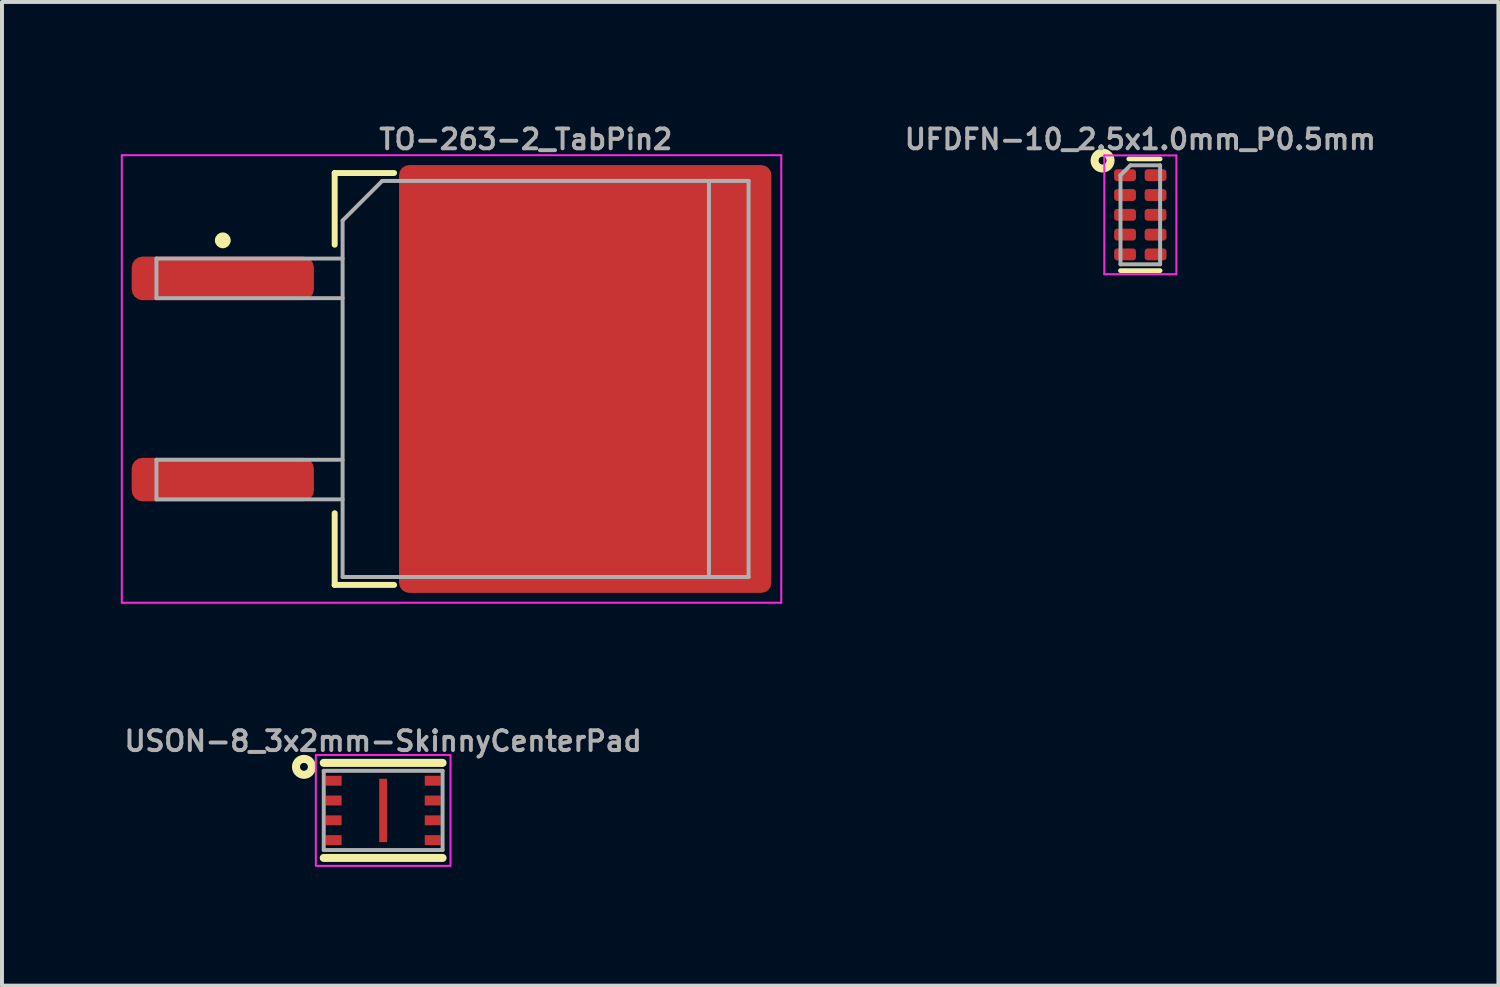
<source format=kicad_pcb>
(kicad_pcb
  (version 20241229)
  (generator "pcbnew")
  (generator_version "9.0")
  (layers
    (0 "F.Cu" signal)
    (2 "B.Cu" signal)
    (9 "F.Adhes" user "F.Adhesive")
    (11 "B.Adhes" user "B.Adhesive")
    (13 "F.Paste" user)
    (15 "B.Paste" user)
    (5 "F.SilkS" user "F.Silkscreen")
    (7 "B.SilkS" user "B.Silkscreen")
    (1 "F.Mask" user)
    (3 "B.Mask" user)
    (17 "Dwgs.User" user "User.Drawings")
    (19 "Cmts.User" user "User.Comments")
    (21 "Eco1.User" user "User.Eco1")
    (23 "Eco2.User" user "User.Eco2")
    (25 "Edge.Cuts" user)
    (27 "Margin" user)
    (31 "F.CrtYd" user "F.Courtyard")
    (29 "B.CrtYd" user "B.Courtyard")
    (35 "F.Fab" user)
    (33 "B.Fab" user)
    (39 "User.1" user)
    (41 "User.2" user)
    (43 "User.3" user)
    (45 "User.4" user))
  (footprint "USON-8_3x2mm-SkinnyCenterPad"
    (layer "F.Cu")
    (at 6.624 17.411)
    (property "Reference" "USON-8_3x2mm-SkinnyCenterPad" (at 0 -1.75 0) (layer "F.Fab") (effects (font (size 0.5 0.5) (thickness 0.1))))
    (attr smd)
    (fp_line (start -1.5 1.2) (end 1.5 1.2) (stroke (width 0.203) (type solid)) (layer "F.SilkS"))
    (fp_line (start 1.5 -1.2) (end -1.5 -1.2) (stroke (width 0.203) (type solid)) (layer "F.SilkS"))
    (fp_circle (center -2 -1.1) (end -1.9 -1.1) (stroke (width 0.203) (type solid)) (fill no) (layer "F.SilkS"))
    (fp_poly (pts (xy -1.4 -0.65) (xy -1.1 -0.65) (xy -1.1 -0.85) (xy -1.4 -0.85)) (stroke (width 0) (type default)) (fill yes) (layer "F.Paste"))
    (fp_poly (pts (xy -1.4 -0.15) (xy -1.1 -0.15) (xy -1.1 -0.35) (xy -1.4 -0.35)) (stroke (width 0) (type default)) (fill yes) (layer "F.Paste"))
    (fp_poly (pts (xy -1.4 0.35) (xy -1.1 0.35) (xy -1.1 0.15) (xy -1.4 0.15)) (stroke (width 0) (type default)) (fill yes) (layer "F.Paste"))
    (fp_poly (pts (xy -1.4 0.85) (xy -1.1 0.85) (xy -1.1 0.65) (xy -1.4 0.65)) (stroke (width 0) (type default)) (fill yes) (layer "F.Paste"))
    (fp_poly (pts (xy -0.1 0.6) (xy 0.1 0.6) (xy 0.1 -0.6) (xy -0.1 -0.6)) (stroke (width 0) (type default)) (fill yes) (layer "F.Paste"))
    (fp_poly (pts (xy 1.1 -0.65) (xy 1.4 -0.65) (xy 1.4 -0.85) (xy 1.1 -0.85)) (stroke (width 0) (type default)) (fill yes) (layer "F.Paste"))
    (fp_poly (pts (xy 1.1 -0.15) (xy 1.4 -0.15) (xy 1.4 -0.35) (xy 1.1 -0.35)) (stroke (width 0) (type default)) (fill yes) (layer "F.Paste"))
    (fp_poly (pts (xy 1.1 0.35) (xy 1.4 0.35) (xy 1.4 0.15) (xy 1.1 0.15)) (stroke (width 0) (type default)) (fill yes) (layer "F.Paste"))
    (fp_poly (pts (xy 1.1 0.85) (xy 1.4 0.85) (xy 1.4 0.65) (xy 1.1 0.65)) (stroke (width 0) (type default)) (fill yes) (layer "F.Paste"))
    (fp_rect (start -1.7 -1.4) (end 1.7 1.4) (stroke (width 0.05) (type default)) (fill no) (layer "F.CrtYd"))
    (fp_line (start -1.5 -1) (end -1.5 1) (stroke (width 0.1) (type solid)) (layer "F.Fab"))
    (fp_line (start -1.5 1) (end 1.5 1) (stroke (width 0.1) (type solid)) (layer "F.Fab"))
    (fp_line (start 1.5 -1) (end -1.5 -1) (stroke (width 0.1) (type solid)) (layer "F.Fab"))
    (fp_line (start 1.5 1) (end 1.5 -1) (stroke (width 0.1) (type solid)) (layer "F.Fab"))
    (pad "1" smd rect (at -1.25 -0.75) (size 0.4 0.25) (layers "F.Cu" "F.Mask"))
    (pad "2" smd rect (at -1.25 -0.25) (size 0.4 0.25) (layers "F.Cu" "F.Mask"))
    (pad "3" smd rect (at -1.25 0.25) (size 0.4 0.25) (layers "F.Cu" "F.Mask"))
    (pad "4" smd rect (at -1.25 0.75) (size 0.4 0.25) (layers "F.Cu" "F.Mask"))
    (pad "5" smd rect (at 1.25 0.75) (size 0.4 0.25) (layers "F.Cu" "F.Mask"))
    (pad "6" smd rect (at 1.25 0.25) (size 0.4 0.25) (layers "F.Cu" "F.Mask"))
    (pad "7" smd rect (at 1.25 -0.25) (size 0.4 0.25) (layers "F.Cu" "F.Mask"))
    (pad "8" smd rect (at 1.25 -0.75) (size 0.4 0.25) (layers "F.Cu" "F.Mask"))
    (pad "9" smd rect (at 0 0) (size 0.2 1.6) (layers "F.Cu" "F.Mask")))
  (footprint "TO-263-2_TabPin2"
    (layer "F.Cu")
    (at 10.225 6.518)
    (property "Reference" "TO-263-2_TabPin2" (at 0 -6.05 0) (layer "F.Fab") (effects (font (size 0.5 0.5) (thickness 0.1) (bold yes))))
    (attr smd)
    (fp_line (start -4.825 -5.2) (end -4.825 -3.39) (stroke (width 0.15) (type solid)) (layer "F.SilkS"))
    (fp_line (start -4.825 5.2) (end -4.825 3.39) (stroke (width 0.15) (type solid)) (layer "F.SilkS"))
    (fp_line (start -3.325 -5.2) (end -4.825 -5.2) (stroke (width 0.15) (type solid)) (layer "F.SilkS"))
    (fp_line (start -3.325 5.2) (end -4.825 5.2) (stroke (width 0.15) (type solid)) (layer "F.SilkS"))
    (fp_circle (center -7.65 -3.5) (end -7.55 -3.5) (stroke (width 0.2) (type solid)) (fill no) (layer "F.SilkS"))
    (fp_line (start -10.2 -5.65) (end -10.2 5.65) (stroke (width 0.05) (type solid)) (layer "F.CrtYd"))
    (fp_line (start -10.2 5.65) (end 6.45 5.65) (stroke (width 0.05) (type solid)) (layer "F.CrtYd"))
    (fp_line (start 6.45 -5.65) (end -10.2 -5.65) (stroke (width 0.05) (type solid)) (layer "F.CrtYd"))
    (fp_line (start 6.45 5.65) (end 6.45 -5.65) (stroke (width 0.05) (type solid)) (layer "F.CrtYd"))
    (fp_line (start -9.325 -3.04) (end -9.325 -2.04) (stroke (width 0.1) (type solid)) (layer "F.Fab"))
    (fp_line (start -9.325 -2.04) (end -4.625 -2.04) (stroke (width 0.1) (type solid)) (layer "F.Fab"))
    (fp_line (start -9.325 2.04) (end -9.325 3.04) (stroke (width 0.1) (type solid)) (layer "F.Fab"))
    (fp_line (start -9.325 3.04) (end -4.625 3.04) (stroke (width 0.1) (type solid)) (layer "F.Fab"))
    (fp_line (start -4.625 -4) (end -3.625 -5) (stroke (width 0.1) (type solid)) (layer "F.Fab"))
    (fp_line (start -4.625 -3.04) (end -9.325 -3.04) (stroke (width 0.1) (type solid)) (layer "F.Fab"))
    (fp_line (start -4.625 2.04) (end -9.325 2.04) (stroke (width 0.1) (type solid)) (layer "F.Fab"))
    (fp_line (start -4.625 5) (end -4.625 -4) (stroke (width 0.1) (type solid)) (layer "F.Fab"))
    (fp_line (start -3.625 -5) (end 4.625 -5) (stroke (width 0.1) (type solid)) (layer "F.Fab"))
    (fp_line (start 4.625 -5) (end 4.625 5) (stroke (width 0.1) (type solid)) (layer "F.Fab"))
    (fp_line (start 4.625 -5) (end 5.625 -5) (stroke (width 0.1) (type solid)) (layer "F.Fab"))
    (fp_line (start 4.625 5) (end -4.625 5) (stroke (width 0.1) (type solid)) (layer "F.Fab"))
    (fp_line (start 5.625 -5) (end 5.625 5) (stroke (width 0.1) (type solid)) (layer "F.Fab"))
    (fp_line (start 5.625 5) (end 4.625 5) (stroke (width 0.1) (type solid)) (layer "F.Fab"))
    (pad "" smd roundrect (at -0.925 -2.775) (size 4.55 5.25) (layers "F.Paste") (roundrect_rratio 0.055))
    (pad "" smd roundrect (at -0.925 2.775) (size 4.55 5.25) (layers "F.Paste") (roundrect_rratio 0.055))
    (pad "" smd roundrect (at 3.925 -2.775) (size 4.55 5.25) (layers "F.Paste") (roundrect_rratio 0.055))
    (pad "" smd roundrect (at 3.925 2.775) (size 4.55 5.25) (layers "F.Paste") (roundrect_rratio 0.055))
    (pad "1" smd roundrect (at -7.65 -2.54) (size 4.6 1.1) (layers "F.Cu" "F.Mask" "F.Paste") (roundrect_rratio 0.25))
    (pad "2" smd roundrect (at 1.5 0) (size 9.4 10.8) (layers "F.Cu" "F.Mask") (roundrect_rratio 0.027))
    (pad "3" smd roundrect (at -7.65 2.54) (size 4.6 1.1) (layers "F.Cu" "F.Mask" "F.Paste") (roundrect_rratio 0.25)))
  (footprint "UFDFN-10_2.5x1.0mm_P0.5mm"
    (layer "F.Cu")
    (at 25.74 2.373)
    (property "Reference" "UFDFN-10_2.5x1.0mm_P0.5mm" (at 0 -1.905 0) (layer "F.Fab") (effects (font (size 0.5 0.5) (thickness 0.1))))
    (attr smd)
    (fp_line (start 0.5 -1.41) (end -0.29 -1.41) (stroke (width 0.12) (type solid)) (layer "F.SilkS"))
    (fp_line (start 0.5 1.41) (end -0.5 1.41) (stroke (width 0.12) (type solid)) (layer "F.SilkS"))
    (fp_circle (center -0.953 -1.37) (end -0.853 -1.37) (stroke (width 0.203) (type solid)) (fill no) (layer "F.SilkS"))
    (fp_line (start -0.91 -1.5) (end 0.91 -1.5) (stroke (width 0.05) (type solid)) (layer "F.CrtYd"))
    (fp_line (start -0.91 1.5) (end -0.91 -1.5) (stroke (width 0.05) (type solid)) (layer "F.CrtYd"))
    (fp_line (start 0.91 -1.5) (end 0.91 1.5) (stroke (width 0.05) (type solid)) (layer "F.CrtYd"))
    (fp_line (start 0.91 1.5) (end -0.91 1.5) (stroke (width 0.05) (type solid)) (layer "F.CrtYd"))
    (fp_line (start -0.5 -1) (end -0.5 1.25) (stroke (width 0.1) (type solid)) (layer "F.Fab"))
    (fp_line (start -0.5 1.25) (end 0.5 1.25) (stroke (width 0.1) (type solid)) (layer "F.Fab"))
    (fp_line (start -0.25 -1.25) (end -0.5 -1) (stroke (width 0.1) (type solid)) (layer "F.Fab"))
    (fp_line (start 0.5 -1.25) (end -0.25 -1.25) (stroke (width 0.1) (type solid)) (layer "F.Fab"))
    (fp_line (start 0.5 -1.25) (end 0.5 1.25) (stroke (width 0.1) (type solid)) (layer "F.Fab"))
    (pad "1" smd roundrect (at -0.385 -1 270) (size 0.3 0.55) (layers "F.Cu" "F.Mask" "F.Paste") (roundrect_rratio 0.25))
    (pad "2" smd roundrect (at -0.385 -0.5 270) (size 0.3 0.55) (layers "F.Cu" "F.Mask" "F.Paste") (roundrect_rratio 0.25))
    (pad "3" smd roundrect (at -0.385 0 270) (size 0.3 0.55) (layers "F.Cu" "F.Mask" "F.Paste") (roundrect_rratio 0.25))
    (pad "4" smd roundrect (at -0.385 0.5 270) (size 0.3 0.55) (layers "F.Cu" "F.Mask" "F.Paste") (roundrect_rratio 0.25))
    (pad "5" smd roundrect (at -0.385 1 270) (size 0.3 0.55) (layers "F.Cu" "F.Mask" "F.Paste") (roundrect_rratio 0.25))
    (pad "6" smd roundrect (at 0.385 1 270) (size 0.3 0.55) (layers "F.Cu" "F.Mask" "F.Paste") (roundrect_rratio 0.25))
    (pad "7" smd roundrect (at 0.385 0.5 270) (size 0.3 0.55) (layers "F.Cu" "F.Mask" "F.Paste") (roundrect_rratio 0.25))
    (pad "8" smd roundrect (at 0.385 0 270) (size 0.3 0.55) (layers "F.Cu" "F.Mask" "F.Paste") (roundrect_rratio 0.25))
    (pad "9" smd roundrect (at 0.385 -0.5 270) (size 0.3 0.55) (layers "F.Cu" "F.Mask" "F.Paste") (roundrect_rratio 0.25))
    (pad "10" smd roundrect (at 0.385 -1 270) (size 0.3 0.55) (layers "F.Cu" "F.Mask" "F.Paste") (roundrect_rratio 0.25)))
  (gr_rect
    (start -3 -3)
    (end 34.781 21.836)
    (stroke (width 0.1) (type default))
    (fill no)
    (layer "Edge.Cuts")))
</source>
